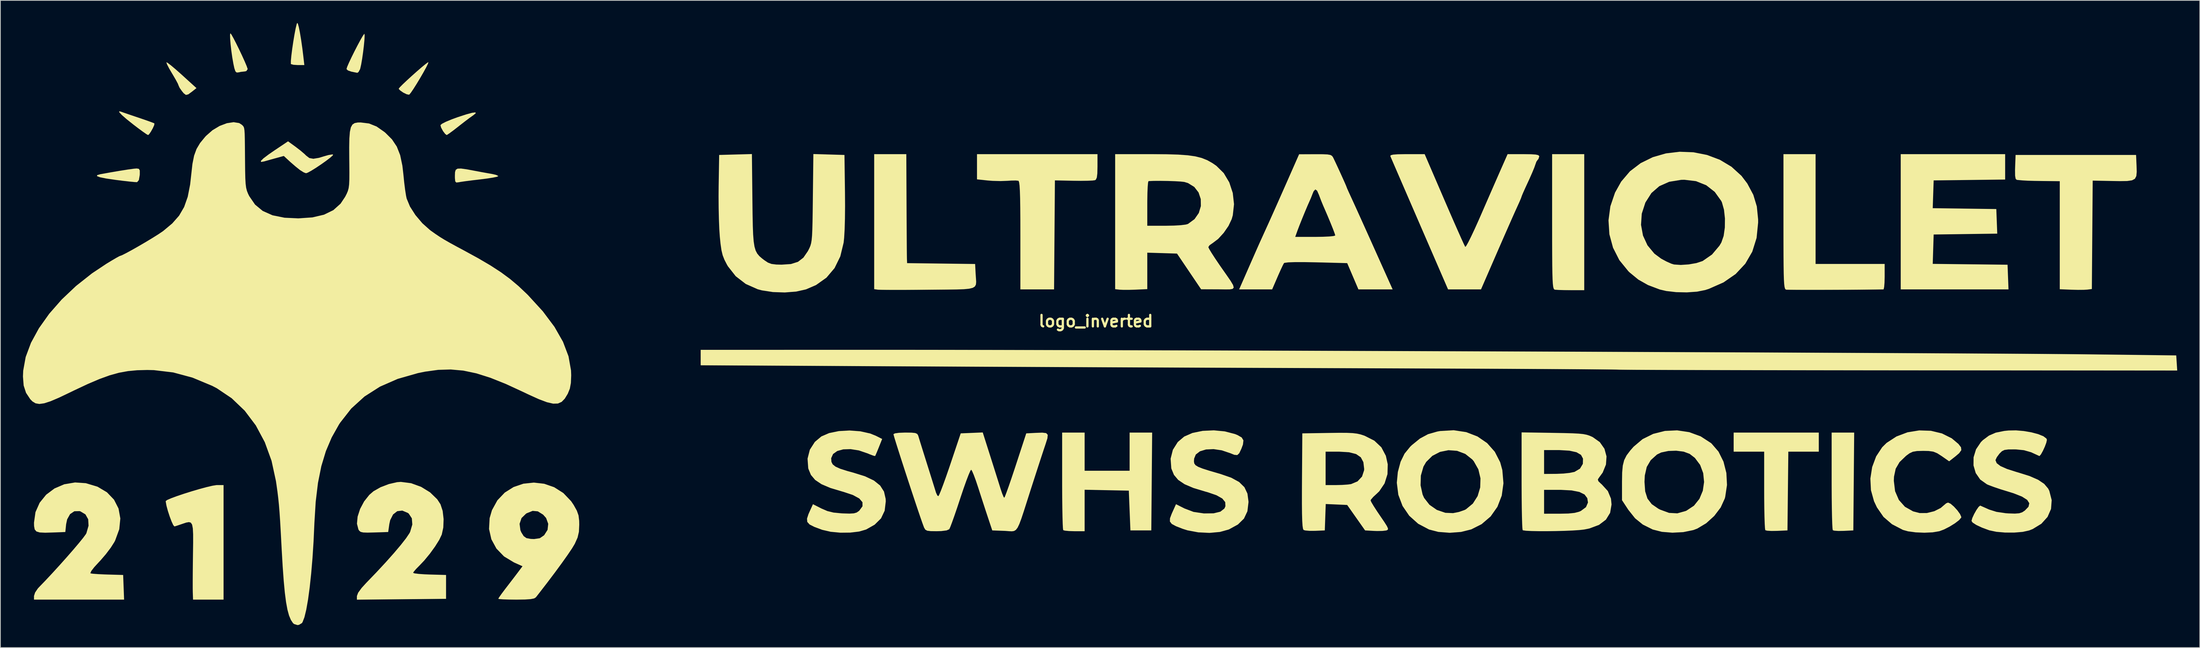
<source format=kicad_pcb>
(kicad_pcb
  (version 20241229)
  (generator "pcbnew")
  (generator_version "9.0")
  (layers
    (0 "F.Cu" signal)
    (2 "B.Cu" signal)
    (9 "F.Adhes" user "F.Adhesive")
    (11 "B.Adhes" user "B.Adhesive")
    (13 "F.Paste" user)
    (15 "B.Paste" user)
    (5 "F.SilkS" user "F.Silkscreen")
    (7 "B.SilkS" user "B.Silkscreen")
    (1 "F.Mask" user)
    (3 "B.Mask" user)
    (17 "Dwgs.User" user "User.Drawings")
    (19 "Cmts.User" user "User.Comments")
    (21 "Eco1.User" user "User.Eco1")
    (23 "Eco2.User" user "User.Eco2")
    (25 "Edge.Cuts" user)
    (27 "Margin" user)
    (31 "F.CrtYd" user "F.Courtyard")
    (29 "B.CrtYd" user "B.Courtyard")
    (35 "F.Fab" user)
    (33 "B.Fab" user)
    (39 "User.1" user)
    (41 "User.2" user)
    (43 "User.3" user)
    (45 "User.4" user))
  (footprint "logo_inverted"
    (layer "F.Cu")
    (at 142.554 39.684)
    (property "Reference" "logo_inverted" (at 0 0 0) (layer "F.SilkS") (effects (font (size 1.524 1.524) (thickness 0.3))))
    (attr board_only exclude_from_pos_files exclude_from_bom)
    (fp_poly (pts (xy 100.639 27.834) (xy 99.35 27.896) (xy 98.642 27.906) (xy 98.114 27.868) (xy 97.909 27.808) (xy 97.872 27.566) (xy 97.837 26.954) (xy 97.807 26.025) (xy 97.784 24.832) (xy 97.767 23.428) (xy 97.759 21.866) (xy 97.758 21.237) (xy 97.758 14.817) (xy 100.752 14.817)) (stroke (width 0) (type solid)) (fill yes) (layer "F.SilkS"))
    (fp_poly (pts (xy 120.81 -18.846) (xy 116.061 -18.789) (xy 111.312 -18.733) (xy 111.25 -16.885) (xy 111.189 -15.037) (xy 115.412 -14.98) (xy 119.636 -14.922) (xy 119.698 -13.287) (xy 119.761 -11.651) (xy 111.312 -11.536) (xy 111.189 -7.628) (xy 116.16 -7.571) (xy 121.13 -7.514) (xy 121.255 -4.233) (xy 106.936 -4.233) (xy 106.936 -22.225) (xy 120.81 -22.225)) (stroke (width 0) (type solid)) (fill yes) (layer "F.SilkS"))
    (fp_poly (pts (xy 96.05 17.357) (xy 92.002 17.357) (xy 91.945 22.595) (xy 91.888 27.834) (xy 90.492 27.896) (xy 89.754 27.906) (xy 89.194 27.872) (xy 88.944 27.808) (xy 88.902 27.563) (xy 88.865 26.954) (xy 88.834 26.041) (xy 88.81 24.885) (xy 88.796 23.543) (xy 88.793 22.507) (xy 88.793 17.357) (xy 84.738 17.357) (xy 84.738 14.817) (xy 96.05 14.817)) (stroke (width 0) (type solid)) (fill yes) (layer "F.SilkS"))
    (fp_poly (pts (xy -106.031 -39.593) (xy -105.905 -39.144) (xy -105.755 -38.399) (xy -105.593 -37.424) (xy -105.43 -36.279) (xy -105.309 -35.295) (xy -105.169 -34.078) (xy -106.053 -34.078) (xy -106.605 -34.113) (xy -106.928 -34.199) (xy -106.96 -34.237) (xy -106.957 -34.646) (xy -106.891 -35.347) (xy -106.779 -36.234) (xy -106.636 -37.198) (xy -106.48 -38.135) (xy -106.327 -38.936) (xy -106.193 -39.496) (xy -106.122 -39.684)) (stroke (width 0) (type solid)) (fill yes) (layer "F.SilkS"))
    (fp_poly (pts (xy 64.887 -13.176) (xy 64.886 -4.128) (xy 63.106 -4.128) (xy 62.237 -4.135) (xy 61.505 -4.156) (xy 61.038 -4.186) (xy 60.972 -4.196) (xy 60.886 -4.241) (xy 60.814 -4.366) (xy 60.757 -4.608) (xy 60.712 -5.003) (xy 60.678 -5.59) (xy 60.653 -6.404) (xy 60.636 -7.485) (xy 60.626 -8.868) (xy 60.62 -10.591) (xy 60.619 -12.692) (xy 60.618 -13.245) (xy 60.618 -22.225) (xy 64.887 -22.225)) (stroke (width 0) (type solid)) (fill yes) (layer "F.SilkS"))
    (fp_poly (pts (xy -127.154 -20.274) (xy -127.032 -20.06) (xy -127.031 -19.563) (xy -127.041 -19.422) (xy -127.155 -18.773) (xy -127.379 -18.508) (xy -127.427 -18.499) (xy -127.756 -18.516) (xy -128.412 -18.58) (xy -129.296 -18.681) (xy -130.255 -18.802) (xy -131.5 -18.984) (xy -132.32 -19.151) (xy -132.716 -19.302) (xy -132.689 -19.439) (xy -132.283 -19.554) (xy -130.886 -19.806) (xy -129.632 -20.019) (xy -128.591 -20.183) (xy -127.833 -20.287) (xy -127.45 -20.32)) (stroke (width 0) (type solid)) (fill yes) (layer "F.SilkS"))
    (fp_poly (pts (xy -129.535 -27.878) (xy -129.216 -27.764) (xy -128.595 -27.55) (xy -127.776 -27.272) (xy -127.213 -27.082) (xy -126.349 -26.787) (xy -125.648 -26.538) (xy -125.2 -26.368) (xy -125.088 -26.315) (xy -125.114 -26.095) (xy -125.297 -25.678) (xy -125.554 -25.217) (xy -125.801 -24.866) (xy -125.932 -24.765) (xy -126.151 -24.888) (xy -126.627 -25.219) (xy -127.287 -25.706) (xy -127.873 -26.154) (xy -128.78 -26.877) (xy -129.411 -27.428) (xy -129.747 -27.786) (xy -129.77 -27.932)) (stroke (width 0) (type solid)) (fill yes) (layer "F.SilkS"))
    (fp_poly (pts (xy -123.308 -34.355) (xy -122.874 -34.021) (xy -122.255 -33.5) (xy -121.514 -32.843) (xy -121.447 -32.782) (xy -119.501 -31.013) (xy -120.102 -30.536) (xy -120.589 -30.179) (xy -120.903 -30.105) (xy -121.194 -30.322) (xy -121.435 -30.614) (xy -121.738 -31.048) (xy -121.876 -31.346) (xy -121.877 -31.359) (xy -121.981 -31.618) (xy -122.257 -32.134) (xy -122.649 -32.805) (xy -122.736 -32.948) (xy -123.13 -33.622) (xy -123.4 -34.147) (xy -123.5 -34.43) (xy -123.494 -34.451)) (stroke (width 0) (type solid)) (fill yes) (layer "F.SilkS"))
    (fp_poly (pts (xy -82.395 -27.667) (xy -82.731 -27.388) (xy -82.811 -27.335) (xy -83.226 -27.039) (xy -83.852 -26.566) (xy -84.569 -26.008) (xy -84.732 -25.879) (xy -85.385 -25.371) (xy -85.91 -24.985) (xy -86.22 -24.783) (xy -86.261 -24.768) (xy -86.462 -24.923) (xy -86.741 -25.287) (xy -86.993 -25.754) (xy -87.085 -26.08) (xy -86.893 -26.26) (xy -86.365 -26.531) (xy -85.573 -26.86) (xy -84.803 -27.141) (xy -83.655 -27.517) (xy -82.865 -27.731) (xy -82.443 -27.782)) (stroke (width 0) (type solid)) (fill yes) (layer "F.SilkS"))
    (fp_poly (pts (xy -114.853 -38.133) (xy -114.585 -37.656) (xy -114.232 -36.972) (xy -113.837 -36.169) (xy -113.444 -35.339) (xy -113.096 -34.571) (xy -112.835 -33.955) (xy -112.706 -33.581) (xy -112.699 -33.533) (xy -112.874 -33.277) (xy -113.073 -33.229) (xy -113.595 -33.171) (xy -113.895 -33.106) (xy -114.153 -33.083) (xy -114.327 -33.239) (xy -114.468 -33.66) (xy -114.595 -34.247) (xy -114.742 -35.09) (xy -114.87 -35.994) (xy -114.968 -36.865) (xy -115.028 -37.605) (xy -115.039 -38.119) (xy -114.993 -38.312)) (stroke (width 0) (type solid)) (fill yes) (layer "F.SilkS"))
    (fp_poly (pts (xy -1.494 19.897) (xy 4.482 19.897) (xy 4.482 14.817) (xy 7.477 14.817) (xy 7.364 27.834) (xy 4.589 27.834) (xy 4.482 25.188) (xy 4.376 22.543) (xy -1.494 22.425) (xy -1.494 27.94) (xy -2.846 27.94) (xy -3.571 27.919) (xy -4.114 27.865) (xy -4.34 27.799) (xy -4.376 27.56) (xy -4.408 26.95) (xy -4.436 26.023) (xy -4.458 24.831) (xy -4.474 23.428) (xy -4.482 21.867) (xy -4.482 21.237) (xy -4.482 14.817) (xy -1.494 14.817)) (stroke (width 0) (type solid)) (fill yes) (layer "F.SilkS"))
    (fp_poly (pts (xy -97.155 -37.983) (xy -97.184 -37.419) (xy -97.258 -36.649) (xy -97.363 -35.779) (xy -97.486 -34.915) (xy -97.615 -34.163) (xy -97.735 -33.628) (xy -97.773 -33.51) (xy -97.974 -33.147) (xy -98.126 -33.045) (xy -98.436 -33.104) (xy -98.932 -33.206) (xy -99.378 -33.361) (xy -99.567 -33.547) (xy -99.567 -33.551) (xy -99.476 -33.844) (xy -99.24 -34.392) (xy -98.902 -35.109) (xy -98.506 -35.909) (xy -98.096 -36.706) (xy -97.715 -37.415) (xy -97.408 -37.948) (xy -97.218 -38.22) (xy -97.184 -38.236)) (stroke (width 0) (type solid)) (fill yes) (layer "F.SilkS"))
    (fp_poly (pts (xy -88.742 -34.253) (xy -88.979 -33.772) (xy -89.341 -33.11) (xy -89.777 -32.354) (xy -90.236 -31.592) (xy -90.665 -30.912) (xy -91.013 -30.4) (xy -91.227 -30.145) (xy -91.249 -30.133) (xy -91.563 -30.19) (xy -92.029 -30.417) (xy -92.048 -30.429) (xy -92.452 -30.714) (xy -92.634 -30.915) (xy -92.635 -30.923) (xy -92.489 -31.116) (xy -92.099 -31.511) (xy -91.538 -32.042) (xy -90.881 -32.644) (xy -90.199 -33.251) (xy -89.568 -33.797) (xy -89.058 -34.216) (xy -88.745 -34.444) (xy -88.684 -34.464)) (stroke (width 0) (type solid)) (fill yes) (layer "F.SilkS"))
    (fp_poly (pts (xy -83.613 -20.211) (xy -82.573 -20.017) (xy -81.671 -19.846) (xy -80.819 -19.691) (xy -80.202 -19.584) (xy -79.689 -19.464) (xy -79.415 -19.328) (xy -79.402 -19.297) (xy -79.6 -19.211) (xy -80.139 -19.1) (xy -80.933 -18.976) (xy -81.803 -18.867) (xy -82.817 -18.747) (xy -83.713 -18.632) (xy -84.381 -18.536) (xy -84.684 -18.482) (xy -84.977 -18.45) (xy -85.118 -18.6) (xy -85.162 -19.031) (xy -85.165 -19.345) (xy -85.148 -19.829) (xy -85.053 -20.14) (xy -84.812 -20.296) (xy -84.354 -20.313)) (stroke (width 0) (type solid)) (fill yes) (layer "F.SilkS"))
    (fp_poly (pts (xy 138.269 -20.671) (xy 138.293 -19.875) (xy 138.241 -19.315) (xy 138.053 -18.95) (xy 137.666 -18.742) (xy 137.02 -18.65) (xy 136.052 -18.636) (xy 135.126 -18.651) (xy 132.443 -18.703) (xy 132.331 -4.281) (xy 131.746 -4.204) (xy 131.239 -4.174) (xy 130.472 -4.169) (xy 129.615 -4.19) (xy 128.067 -4.252) (xy 128.067 -18.627) (xy 125.879 -18.65) (xy 124.687 -18.668) (xy 123.805 -18.693) (xy 123.117 -18.731) (xy 122.507 -18.788) (xy 122.349 -18.806) (xy 122.204 -18.945) (xy 122.132 -19.361) (xy 122.124 -20.115) (xy 122.135 -20.479) (xy 122.197 -22.119) (xy 138.206 -22.119)) (stroke (width 0) (type solid)) (fill yes) (layer "F.SilkS"))
    (fp_poly (pts (xy 0.213 -20.554) (xy 0.194 -19.663) (xy 0.127 -19.116) (xy -0.002 -18.834) (xy -0.111 -18.76) (xy -0.445 -18.715) (xy -1.107 -18.686) (xy -1.999 -18.675) (xy -2.94 -18.684) (xy -5.443 -18.733) (xy -5.499 -11.483) (xy -5.555 -4.233) (xy -10.032 -4.233) (xy -10.032 -11.412) (xy -10.035 -13.445) (xy -10.047 -15.089) (xy -10.067 -16.377) (xy -10.098 -17.344) (xy -10.14 -18.024) (xy -10.195 -18.449) (xy -10.264 -18.655) (xy -10.299 -18.685) (xy -10.648 -18.719) (xy -11.264 -18.709) (xy -11.769 -18.675) (xy -12.667 -18.644) (xy -13.711 -18.67) (xy -14.383 -18.722) (xy -15.795 -18.872) (xy -15.795 -22.225) (xy 0.213 -22.225)) (stroke (width 0) (type solid)) (fill yes) (layer "F.SilkS"))
    (fp_poly (pts (xy 95.624 -7.62) (xy 104.802 -7.62) (xy 104.802 -5.927) (xy 104.783 -5.14) (xy 104.734 -4.547) (xy 104.664 -4.247) (xy 104.642 -4.23) (xy 103.773 -4.216) (xy 102.654 -4.204) (xy 101.349 -4.193) (xy 99.92 -4.184) (xy 98.433 -4.177) (xy 96.95 -4.173) (xy 95.536 -4.17) (xy 94.253 -4.171) (xy 93.167 -4.174) (xy 92.339 -4.18) (xy 91.835 -4.189) (xy 91.713 -4.196) (xy 91.625 -4.24) (xy 91.553 -4.36) (xy 91.495 -4.593) (xy 91.45 -4.977) (xy 91.415 -5.549) (xy 91.39 -6.346) (xy 91.373 -7.406) (xy 91.362 -8.766) (xy 91.357 -10.464) (xy 91.355 -12.536) (xy 91.355 -13.245) (xy 91.355 -22.225) (xy 95.624 -22.225)) (stroke (width 0) (type solid)) (fill yes) (layer "F.SilkS"))
    (fp_poly (pts (xy -25.156 -15.505) (xy -25.148 -13.836) (xy -25.139 -12.285) (xy -25.13 -10.907) (xy -25.122 -9.758) (xy -25.113 -8.894) (xy -25.106 -8.37) (xy -25.103 -8.255) (xy -25.08 -7.726) (xy -20.562 -7.669) (xy -16.044 -7.612) (xy -15.973 -6.264) (xy -15.932 -5.688) (xy -15.905 -5.233) (xy -15.936 -4.883) (xy -16.068 -4.626) (xy -16.347 -4.445) (xy -16.815 -4.327) (xy -17.516 -4.257) (xy -18.495 -4.222) (xy -19.794 -4.205) (xy -21.458 -4.193) (xy -22.266 -4.187) (xy -23.876 -4.174) (xy -25.365 -4.166) (xy -26.674 -4.165) (xy -27.745 -4.168) (xy -28.518 -4.177) (xy -28.936 -4.191) (xy -28.975 -4.195) (xy -29.455 -4.263) (xy -29.455 -22.225) (xy -25.187 -22.225)) (stroke (width 0) (type solid)) (fill yes) (layer "F.SilkS"))
    (fp_poly (pts (xy -106.33 -23.202) (xy -105.698 -22.717) (xy -105.156 -22.256) (xy -104.925 -22.031) (xy -104.502 -21.708) (xy -103.967 -21.612) (xy -103.221 -21.736) (xy -102.602 -21.926) (xy -101.969 -22.107) (xy -101.483 -22.186) (xy -101.344 -22.176) (xy -101.408 -22.039) (xy -101.751 -21.737) (xy -102.288 -21.327) (xy -102.937 -20.867) (xy -103.612 -20.415) (xy -104.231 -20.029) (xy -104.71 -19.767) (xy -104.948 -19.685) (xy -105.255 -19.803) (xy -105.715 -20.091) (xy -105.787 -20.143) (xy -106.339 -20.585) (xy -106.969 -21.129) (xy -107.15 -21.293) (xy -107.897 -21.985) (xy -108.964 -21.691) (xy -109.683 -21.492) (xy -110.301 -21.318) (xy -110.511 -21.258) (xy -110.912 -21.189) (xy -110.945 -21.323) (xy -110.614 -21.655) (xy -109.923 -22.18) (xy -109.158 -22.708) (xy -107.332 -23.932)) (stroke (width 0) (type solid)) (fill yes) (layer "F.SilkS"))
    (fp_poly (pts (xy -115.901 37.042) (xy -119.956 37.042) (xy -119.99 36.036) (xy -119.998 35.504) (xy -119.998 34.637) (xy -119.992 33.522) (xy -119.98 32.246) (xy -119.964 30.96) (xy -119.943 29.468) (xy -119.945 28.354) (xy -119.984 27.569) (xy -120.08 27.067) (xy -120.248 26.802) (xy -120.507 26.727) (xy -120.874 26.794) (xy -121.365 26.958) (xy -121.433 26.982) (xy -121.998 27.174) (xy -122.365 27.29) (xy -122.43 27.305) (xy -122.589 27.119) (xy -122.812 26.636) (xy -123.062 25.972) (xy -123.3 25.24) (xy -123.485 24.554) (xy -123.58 24.029) (xy -123.585 23.93) (xy -123.392 23.784) (xy -122.869 23.556) (xy -122.098 23.271) (xy -121.16 22.954) (xy -120.138 22.632) (xy -119.115 22.331) (xy -118.172 22.076) (xy -117.392 21.892) (xy -116.857 21.805) (xy -116.776 21.802) (xy -115.901 21.802)) (stroke (width 0) (type solid)) (fill yes) (layer "F.SilkS"))
    (fp_poly (pts (xy 49.206 14.758) (xy 50.702 15.337) (xy 51.983 16.217) (xy 53.003 17.37) (xy 53.72 18.769) (xy 54.004 19.804) (xy 54.152 21.562) (xy 53.926 23.206) (xy 53.352 24.692) (xy 52.452 25.972) (xy 51.25 27.002) (xy 49.874 27.697) (xy 48.513 28.038) (xy 46.997 28.15) (xy 45.501 28.033) (xy 44.274 27.716) (xy 42.821 26.948) (xy 41.635 25.884) (xy 40.745 24.581) (xy 40.185 23.097) (xy 40.026 21.833) (xy 43.141 21.833) (xy 43.409 23.057) (xy 43.612 23.512) (xy 44.324 24.425) (xy 45.303 25.106) (xy 46.43 25.491) (xy 47.459 25.533) (xy 48.242 25.377) (xy 48.967 25.126) (xy 49.166 25.026) (xy 50.085 24.265) (xy 50.722 23.265) (xy 51.063 22.114) (xy 51.099 20.9) (xy 50.818 19.71) (xy 50.208 18.631) (xy 50.01 18.395) (xy 49.074 17.653) (xy 47.99 17.246) (xy 46.843 17.162) (xy 45.719 17.389) (xy 44.705 17.914) (xy 43.886 18.725) (xy 43.524 19.343) (xy 43.178 20.54) (xy 43.141 21.833) (xy 40.026 21.833) (xy 39.984 21.49) (xy 40.12 20.061) (xy 40.484 18.701) (xy 41.009 17.624) (xy 41.762 16.697) (xy 41.977 16.49) (xy 43.062 15.607) (xy 44.135 15.03) (xy 45.361 14.679) (xy 45.744 14.611) (xy 47.539 14.506)) (stroke (width 0) (type solid)) (fill yes) (layer "F.SilkS"))
    (fp_poly (pts (xy -134.203 21.55) (xy -132.649 22.017) (xy -131.393 22.763) (xy -130.454 23.745) (xy -129.855 24.92) (xy -129.616 26.245) (xy -129.757 27.675) (xy -130.301 29.169) (xy -130.415 29.39) (xy -130.883 30.127) (xy -131.539 30.995) (xy -132.261 31.835) (xy -132.451 32.036) (xy -133.079 32.721) (xy -133.471 33.228) (xy -133.594 33.512) (xy -133.563 33.553) (xy -133.243 33.6) (xy -132.606 33.647) (xy -131.762 33.688) (xy -131.269 33.704) (xy -129.241 33.761) (xy -129.179 35.401) (xy -129.116 37.042) (xy -141.087 37.042) (xy -141.087 36.553) (xy -140.943 36.101) (xy -140.583 35.565) (xy -140.433 35.4) (xy -139.576 34.512) (xy -138.644 33.514) (xy -137.685 32.463) (xy -136.75 31.415) (xy -135.885 30.423) (xy -135.142 29.546) (xy -134.567 28.837) (xy -134.211 28.354) (xy -134.128 28.211) (xy -133.839 27.209) (xy -133.886 26.353) (xy -134.254 25.699) (xy -134.925 25.298) (xy -135.038 25.267) (xy -135.727 25.284) (xy -136.293 25.666) (xy -136.681 26.36) (xy -136.818 27.009) (xy -136.925 28.046) (xy -138.524 28.109) (xy -139.604 28.14) (xy -140.328 28.106) (xy -140.768 27.972) (xy -140.994 27.701) (xy -141.077 27.257) (xy -141.087 26.799) (xy -140.89 25.4) (xy -140.334 24.149) (xy -139.475 23.086) (xy -138.368 22.254) (xy -137.068 21.696) (xy -135.632 21.453)) (stroke (width 0) (type solid)) (fill yes) (layer "F.SilkS"))
    (fp_poly (pts (xy -90.985 21.553) (xy -89.655 22.037) (xy -88.462 22.771) (xy -87.511 23.694) (xy -87.078 24.356) (xy -86.79 25.235) (xy -86.664 26.329) (xy -86.706 27.457) (xy -86.907 28.385) (xy -87.241 29.087) (xy -87.795 29.972) (xy -88.485 30.926) (xy -89.23 31.832) (xy -89.845 32.481) (xy -90.319 32.963) (xy -90.635 33.335) (xy -90.714 33.479) (xy -90.516 33.551) (xy -89.98 33.619) (xy -89.195 33.674) (xy -88.526 33.701) (xy -86.339 33.761) (xy -86.339 36.936) (xy -92.262 36.992) (xy -98.185 37.048) (xy -98.185 36.564) (xy -98.021 36.126) (xy -97.555 35.485) (xy -96.944 34.815) (xy -95.599 33.417) (xy -94.359 32.081) (xy -93.263 30.849) (xy -92.348 29.765) (xy -91.65 28.872) (xy -91.207 28.212) (xy -91.11 28.026) (xy -90.822 27.047) (xy -90.885 26.224) (xy -91.292 25.605) (xy -91.419 25.506) (xy -92.151 25.196) (xy -92.822 25.275) (xy -93.377 25.71) (xy -93.761 26.469) (xy -93.875 26.988) (xy -94.027 28.046) (xy -95.881 28.107) (xy -96.781 28.128) (xy -97.351 28.108) (xy -97.686 28.029) (xy -97.88 27.871) (xy -97.985 27.703) (xy -98.177 26.939) (xy -98.089 25.996) (xy -97.759 24.976) (xy -97.228 23.978) (xy -96.535 23.103) (xy -95.982 22.623) (xy -95.043 22.09) (xy -93.933 21.665) (xy -92.846 21.416) (xy -92.344 21.378)) (stroke (width 0) (type solid)) (fill yes) (layer "F.SilkS"))
    (fp_poly (pts (xy 110.943 14.579) (xy 112.41 14.931) (xy 113.717 15.583) (xy 114.606 16.332) (xy 114.948 16.779) (xy 114.988 17.154) (xy 114.702 17.558) (xy 114.208 17.98) (xy 113.369 18.639) (xy 112.376 17.945) (xy 111.779 17.563) (xy 111.261 17.353) (xy 110.644 17.267) (xy 109.925 17.252) (xy 109.104 17.273) (xy 108.548 17.366) (xy 108.098 17.578) (xy 107.649 17.909) (xy 106.781 18.744) (xy 106.267 19.626) (xy 106.043 20.687) (xy 106.02 21.232) (xy 106.187 22.617) (xy 106.69 23.783) (xy 107.498 24.69) (xy 108.579 25.3) (xy 109.447 25.524) (xy 110.403 25.522) (xy 111.396 25.278) (xy 112.25 24.847) (xy 112.599 24.546) (xy 112.97 24.232) (xy 113.223 24.13) (xy 113.56 24.282) (xy 114.005 24.664) (xy 114.457 25.159) (xy 114.816 25.656) (xy 114.982 26.038) (xy 114.975 26.126) (xy 114.696 26.461) (xy 114.144 26.885) (xy 113.438 27.324) (xy 112.698 27.703) (xy 112.066 27.941) (xy 111.174 28.091) (xy 110.075 28.14) (xy 108.931 28.093) (xy 107.905 27.956) (xy 107.235 27.769) (xy 105.776 27.01) (xy 104.646 26.036) (xy 103.775 24.774) (xy 103.388 23.953) (xy 102.979 22.482) (xy 102.903 20.935) (xy 103.14 19.406) (xy 103.669 17.986) (xy 104.472 16.769) (xy 105.055 16.191) (xy 106.372 15.333) (xy 107.844 14.779) (xy 109.394 14.528)) (stroke (width 0) (type solid)) (fill yes) (layer "F.SilkS"))
    (fp_poly (pts (xy 78.835 14.762) (xy 80.355 15.32) (xy 81.71 16.201) (xy 81.808 16.284) (xy 82.727 17.352) (xy 83.388 18.683) (xy 83.771 20.191) (xy 83.854 21.785) (xy 83.616 23.378) (xy 83.555 23.599) (xy 83.017 24.78) (xy 82.161 25.908) (xy 81.093 26.878) (xy 79.916 27.584) (xy 79.383 27.787) (xy 78.051 28.06) (xy 76.601 28.138) (xy 75.197 28.023) (xy 74.003 27.718) (xy 73.959 27.7) (xy 72.668 27.055) (xy 71.641 26.223) (xy 70.741 25.09) (xy 70.685 25.005) (xy 69.903 23.812) (xy 69.903 21.378) (xy 72.892 21.378) (xy 72.983 22.643) (xy 73.289 23.603) (xy 73.858 24.343) (xy 74.737 24.948) (xy 74.969 25.068) (xy 76.151 25.502) (xy 77.245 25.563) (xy 78.358 25.254) (xy 78.466 25.207) (xy 79.464 24.545) (xy 80.19 23.635) (xy 80.64 22.556) (xy 80.809 21.391) (xy 80.693 20.22) (xy 80.287 19.125) (xy 79.586 18.187) (xy 78.892 17.651) (xy 78.101 17.356) (xy 77.101 17.229) (xy 76.052 17.266) (xy 75.113 17.465) (xy 74.561 17.731) (xy 73.721 18.488) (xy 73.191 19.392) (xy 72.933 20.526) (xy 72.892 21.378) (xy 69.903 21.378) (xy 69.923 20.139) (xy 70.007 19.211) (xy 70.191 18.485) (xy 70.512 17.849) (xy 71.007 17.194) (xy 71.449 16.693) (xy 72.64 15.687) (xy 74.052 14.988) (xy 75.606 14.598) (xy 77.226 14.522)) (stroke (width 0) (type solid)) (fill yes) (layer "F.SilkS"))
    (fp_poly (pts (xy -35.47 -22.18) (xy -33.404 -22.119) (xy -33.336 -17.145) (xy -33.324 -15.317) (xy -33.34 -13.652) (xy -33.381 -12.219) (xy -33.447 -11.087) (xy -33.513 -10.457) (xy -33.957 -8.622) (xy -34.719 -7.066) (xy -35.795 -5.794) (xy -37.181 -4.811) (xy -38.515 -4.235) (xy -39.812 -3.943) (xy -41.333 -3.824) (xy -42.912 -3.877) (xy -44.382 -4.103) (xy -44.93 -4.25) (xy -46.519 -4.955) (xy -47.853 -5.985) (xy -48.894 -7.311) (xy -49.028 -7.543) (xy -49.357 -8.183) (xy -49.587 -8.775) (xy -49.747 -9.441) (xy -49.871 -10.305) (xy -49.966 -11.25) (xy -50.035 -12.26) (xy -50.087 -13.572) (xy -50.12 -15.062) (xy -50.131 -16.611) (xy -50.121 -17.889) (xy -50.053 -22.119) (xy -47.877 -22.179) (xy -45.701 -22.24) (xy -45.636 -16.147) (xy -45.614 -14.256) (xy -45.584 -12.739) (xy -45.539 -11.544) (xy -45.467 -10.623) (xy -45.358 -9.924) (xy -45.204 -9.399) (xy -44.993 -8.996) (xy -44.717 -8.665) (xy -44.364 -8.357) (xy -44.051 -8.116) (xy -43.573 -7.797) (xy -43.099 -7.619) (xy -42.475 -7.54) (xy -41.756 -7.523) (xy -40.516 -7.605) (xy -39.58 -7.901) (xy -38.861 -8.456) (xy -38.269 -9.319) (xy -38.216 -9.419) (xy -38.056 -9.736) (xy -37.931 -10.037) (xy -37.835 -10.377) (xy -37.763 -10.809) (xy -37.711 -11.39) (xy -37.675 -12.173) (xy -37.648 -13.213) (xy -37.626 -14.565) (xy -37.605 -16.284) (xy -37.605 -16.352) (xy -37.536 -22.24)) (stroke (width 0) (type solid)) (fill yes) (layer "F.SilkS"))
    (fp_poly (pts (xy 46.304 -16.14) (xy 46.954 -14.634) (xy 47.556 -13.254) (xy 48.088 -12.047) (xy 48.527 -11.061) (xy 48.853 -10.345) (xy 49.045 -9.948) (xy 49.082 -9.885) (xy 49.208 -10.021) (xy 49.473 -10.494) (xy 49.851 -11.252) (xy 50.317 -12.242) (xy 50.844 -13.411) (xy 51.108 -14.013) (xy 51.718 -15.417) (xy 52.333 -16.827) (xy 52.91 -18.149) (xy 53.409 -19.288) (xy 53.787 -20.15) (xy 53.839 -20.267) (xy 54.703 -22.225) (xy 56.807 -22.225) (xy 57.802 -22.213) (xy 58.438 -22.172) (xy 58.784 -22.09) (xy 58.907 -21.959) (xy 58.911 -21.92) (xy 58.796 -21.57) (xy 58.721 -21.499) (xy 58.528 -21.222) (xy 58.399 -20.86) (xy 58.252 -20.44) (xy 57.97 -19.756) (xy 57.603 -18.925) (xy 57.415 -18.517) (xy 57.047 -17.719) (xy 56.758 -17.073) (xy 56.59 -16.67) (xy 56.563 -16.585) (xy 56.48 -16.35) (xy 56.263 -15.841) (xy 55.959 -15.17) (xy 55.958 -15.168) (xy 55.701 -14.602) (xy 55.308 -13.72) (xy 54.812 -12.594) (xy 54.243 -11.299) (xy 53.635 -9.906) (xy 53.262 -9.049) (xy 51.171 -4.233) (xy 46.792 -4.233) (xy 43.011 -12.965) (xy 42.227 -14.777) (xy 41.493 -16.474) (xy 40.826 -18.015) (xy 40.245 -19.359) (xy 39.766 -20.467) (xy 39.408 -21.297) (xy 39.188 -21.809) (xy 39.123 -21.96) (xy 39.176 -22.082) (xy 39.488 -22.162) (xy 40.11 -22.208) (xy 41.096 -22.225) (xy 41.35 -22.225) (xy 43.685 -22.225)) (stroke (width 0) (type solid)) (fill yes) (layer "F.SilkS"))
    (fp_poly (pts (xy 33.357 14.853) (xy 34.114 14.887) (xy 34.697 14.957) (xy 35.189 15.069) (xy 35.673 15.229) (xy 35.709 15.242) (xy 36.998 15.895) (xy 37.932 16.777) (xy 38.529 17.909) (xy 38.778 19.034) (xy 38.745 20.348) (xy 38.358 21.581) (xy 37.657 22.623) (xy 37.337 22.931) (xy 36.86 23.372) (xy 36.557 23.723) (xy 36.499 23.846) (xy 36.613 24.096) (xy 36.921 24.611) (xy 37.371 25.308) (xy 37.764 25.889) (xy 38.322 26.708) (xy 38.661 27.245) (xy 38.81 27.566) (xy 38.793 27.737) (xy 38.638 27.824) (xy 38.553 27.846) (xy 38.07 27.903) (xy 37.36 27.915) (xy 36.922 27.9) (xy 35.768 27.834) (xy 34.578 26.141) (xy 33.388 24.448) (xy 30.54 24.323) (xy 30.478 26.078) (xy 30.416 27.834) (xy 29.135 27.889) (xy 28.406 27.892) (xy 27.836 27.843) (xy 27.597 27.776) (xy 27.519 27.614) (xy 27.459 27.218) (xy 27.416 26.555) (xy 27.388 25.592) (xy 27.375 24.296) (xy 27.376 22.633) (xy 27.38 21.802) (xy 30.523 21.802) (xy 31.883 21.802) (xy 32.724 21.781) (xy 33.492 21.726) (xy 33.908 21.67) (xy 34.762 21.311) (xy 35.363 20.669) (xy 35.637 19.832) (xy 35.645 19.642) (xy 35.54 18.752) (xy 35.198 18.106) (xy 34.577 17.676) (xy 33.635 17.436) (xy 32.332 17.357) (xy 32.241 17.357) (xy 30.523 17.357) (xy 30.523 21.802) (xy 27.38 21.802) (xy 27.383 21.265) (xy 27.428 14.922) (xy 30.981 14.865) (xy 32.34 14.848)) (stroke (width 0) (type solid)) (fill yes) (layer "F.SilkS"))
    (fp_poly (pts (xy -73.3 21.627) (xy -71.97 22.089) (xy -70.756 22.861) (xy -69.72 23.947) (xy -69.381 24.45) (xy -68.961 25.206) (xy -68.738 25.836) (xy -68.652 26.553) (xy -68.642 27.066) (xy -68.686 28.017) (xy -68.863 28.784) (xy -69.227 29.6) (xy -69.244 29.633) (xy -69.597 30.222) (xy -70.178 31.085) (xy -70.947 32.17) (xy -71.866 33.423) (xy -72.894 34.787) (xy -73.993 36.211) (xy -74.409 36.741) (xy -74.636 36.883) (xy -75.094 36.975) (xy -75.846 37.026) (xy -76.957 37.042) (xy -77.024 37.042) (xy -77.974 37.032) (xy -78.743 37.007) (xy -79.247 36.969) (xy -79.402 36.93) (xy -79.281 36.721) (xy -78.961 36.266) (xy -78.505 35.656) (xy -78.386 35.501) (xy -77.799 34.737) (xy -77.224 33.985) (xy -76.785 33.405) (xy -76.775 33.392) (xy -76.181 32.6) (xy -77.311 32.095) (xy -78.638 31.294) (xy -79.648 30.249) (xy -80.319 29.014) (xy -80.627 27.646) (xy -80.59 26.959) (xy -76.57 26.959) (xy -76.46 27.809) (xy -76.33 28.107) (xy -76.021 28.598) (xy -75.656 28.858) (xy -75.091 28.963) (xy -74.643 28.982) (xy -73.884 28.872) (xy -73.309 28.479) (xy -72.852 27.759) (xy -72.765 26.956) (xy -73.044 26.185) (xy -73.442 25.736) (xy -74.149 25.296) (xy -74.835 25.235) (xy -75.612 25.546) (xy -75.708 25.602) (xy -76.311 26.19) (xy -76.57 26.959) (xy -80.59 26.959) (xy -80.549 26.199) (xy -80.241 25.143) (xy -79.518 23.828) (xy -78.538 22.8) (xy -77.365 22.062) (xy -76.059 21.617) (xy -74.683 21.471)) (stroke (width 0) (type solid)) (fill yes) (layer "F.SilkS"))
    (fp_poly (pts (xy 17.128 14.659) (xy 18.479 15.012) (xy 18.828 15.154) (xy 19.377 15.472) (xy 19.605 15.855) (xy 19.542 16.406) (xy 19.336 16.96) (xy 19.056 17.557) (xy 18.788 17.811) (xy 18.395 17.778) (xy 17.843 17.555) (xy 16.715 17.177) (xy 15.621 17.017) (xy 14.635 17.064) (xy 13.829 17.307) (xy 13.277 17.736) (xy 13.058 18.269) (xy 13.028 18.636) (xy 13.072 18.922) (xy 13.243 19.158) (xy 13.597 19.377) (xy 14.189 19.611) (xy 15.072 19.892) (xy 16.301 20.252) (xy 16.551 20.324) (xy 17.984 20.821) (xy 19.032 21.394) (xy 19.736 22.085) (xy 20.137 22.934) (xy 20.276 23.982) (xy 20.277 24.088) (xy 20.133 25.29) (xy 19.677 26.26) (xy 18.875 27.045) (xy 17.69 27.695) (xy 17.645 27.714) (xy 16.482 28.038) (xy 15.087 28.163) (xy 13.604 28.092) (xy 12.178 27.826) (xy 11.55 27.627) (xy 10.637 27.272) (xy 10.081 26.97) (xy 9.834 26.647) (xy 9.845 26.226) (xy 10.067 25.631) (xy 10.145 25.455) (xy 10.646 24.346) (xy 11.78 24.917) (xy 12.976 25.371) (xy 14.333 25.572) (xy 14.358 25.574) (xy 15.635 25.56) (xy 16.541 25.341) (xy 17.078 24.919) (xy 17.213 24.612) (xy 17.185 24.071) (xy 16.795 23.59) (xy 16.023 23.155) (xy 14.849 22.751) (xy 14.517 22.66) (xy 12.962 22.19) (xy 11.785 21.687) (xy 10.939 21.117) (xy 10.374 20.447) (xy 10.043 19.643) (xy 10.019 19.547) (xy 9.93 18.293) (xy 10.229 17.108) (xy 10.88 16.075) (xy 11.737 15.347) (xy 12.833 14.867) (xy 14.18 14.59) (xy 15.653 14.519)) (stroke (width 0) (type solid)) (fill yes) (layer "F.SilkS"))
    (fp_poly (pts (xy 79.404 -22.474) (xy 81.204 -22.117) (xy 82.905 -21.476) (xy 84.449 -20.549) (xy 85.777 -19.34) (xy 86.55 -18.321) (xy 87.35 -16.818) (xy 87.817 -15.27) (xy 87.989 -13.544) (xy 87.991 -13.124) (xy 87.785 -11.079) (xy 87.213 -9.25) (xy 86.285 -7.647) (xy 85.008 -6.281) (xy 83.392 -5.163) (xy 81.444 -4.304) (xy 80.962 -4.148) (xy 79.861 -3.929) (xy 78.518 -3.835) (xy 77.102 -3.865) (xy 75.779 -4.017) (xy 74.919 -4.218) (xy 73.357 -4.809) (xy 72.071 -5.537) (xy 70.911 -6.491) (xy 70.743 -6.654) (xy 69.55 -8.123) (xy 68.71 -9.779) (xy 68.228 -11.563) (xy 68.147 -12.82) (xy 72.432 -12.82) (xy 72.691 -11.395) (xy 73.289 -10.095) (xy 74.206 -8.99) (xy 75.105 -8.321) (xy 75.812 -7.94) (xy 76.459 -7.653) (xy 76.811 -7.546) (xy 77.713 -7.486) (xy 78.768 -7.556) (xy 79.789 -7.734) (xy 80.589 -7.997) (xy 80.634 -8.019) (xy 81.863 -8.873) (xy 82.854 -10.05) (xy 83.105 -10.475) (xy 83.407 -11.342) (xy 83.566 -12.458) (xy 83.581 -13.672) (xy 83.453 -14.836) (xy 83.183 -15.799) (xy 83.088 -16.001) (xy 82.225 -17.204) (xy 81.098 -18.087) (xy 79.741 -18.631) (xy 78.187 -18.818) (xy 77.759 -18.806) (xy 76.176 -18.549) (xy 74.864 -17.967) (xy 73.815 -17.054) (xy 73.021 -15.805) (xy 73.004 -15.769) (xy 72.529 -14.301) (xy 72.432 -12.82) (xy 68.147 -12.82) (xy 68.109 -13.418) (xy 68.357 -15.285) (xy 68.976 -17.108) (xy 69.793 -18.571) (xy 70.961 -19.945) (xy 72.381 -21.028) (xy 73.993 -21.822) (xy 75.74 -22.327) (xy 77.563 -22.544)) (stroke (width 0) (type solid)) (fill yes) (layer "F.SilkS"))
    (fp_poly (pts (xy -31.298 14.647) (xy -29.985 14.941) (xy -29.237 15.243) (xy -28.396 15.668) (xy -28.837 16.777) (xy -29.087 17.391) (xy -29.27 17.817) (xy -29.334 17.941) (xy -29.543 17.897) (xy -30.012 17.722) (xy -30.33 17.588) (xy -31.49 17.194) (xy -32.588 17.019) (xy -33.565 17.049) (xy -34.361 17.269) (xy -34.916 17.667) (xy -35.17 18.228) (xy -35.135 18.716) (xy -34.963 19.053) (xy -34.592 19.348) (xy -33.961 19.632) (xy -33.007 19.936) (xy -32.254 20.141) (xy -30.677 20.633) (xy -29.49 21.198) (xy -28.66 21.867) (xy -28.151 22.668) (xy -27.931 23.633) (xy -27.916 23.971) (xy -28.063 25.214) (xy -28.547 26.234) (xy -29.391 27.069) (xy -30.523 27.711) (xy -31.454 27.984) (xy -32.647 28.126) (xy -33.955 28.137) (xy -35.233 28.017) (xy -36.336 27.763) (xy -36.418 27.735) (xy -37.409 27.365) (xy -38.037 27.045) (xy -38.346 26.704) (xy -38.382 26.271) (xy -38.191 25.676) (xy -38 25.244) (xy -37.59 24.347) (xy -36.458 24.922) (xy -35.673 25.26) (xy -34.864 25.459) (xy -33.848 25.559) (xy -33.618 25.571) (xy -32.734 25.596) (xy -32.162 25.564) (xy -31.785 25.455) (xy -31.488 25.25) (xy -31.43 25.197) (xy -31.008 24.623) (xy -31.011 24.085) (xy -31.438 23.584) (xy -32.289 23.121) (xy -33.564 22.696) (xy -33.724 22.653) (xy -35.278 22.186) (xy -36.453 21.686) (xy -37.298 21.119) (xy -37.862 20.452) (xy -38.194 19.65) (xy -38.219 19.547) (xy -38.309 18.286) (xy -38.005 17.097) (xy -37.342 16.061) (xy -36.477 15.332) (xy -35.445 14.885) (xy -34.154 14.62) (xy -32.729 14.54)) (stroke (width 0) (type solid)) (fill yes) (layer "F.SilkS"))
    (fp_poly (pts (xy 9.375 -22.212) (xy 10.939 -22.166) (xy 12.201 -22.075) (xy 13.224 -21.928) (xy 14.07 -21.713) (xy 14.801 -21.42) (xy 15.481 -21.037) (xy 16.008 -20.673) (xy 16.988 -19.706) (xy 17.724 -18.47) (xy 18.188 -17.06) (xy 18.354 -15.57) (xy 18.193 -14.098) (xy 18.048 -13.581) (xy 17.621 -12.677) (xy 16.983 -11.751) (xy 16.245 -10.944) (xy 15.52 -10.396) (xy 15.501 -10.385) (xy 15.1 -10.103) (xy 14.941 -9.858) (xy 15.056 -9.606) (xy 15.372 -9.08) (xy 15.843 -8.352) (xy 16.423 -7.493) (xy 16.556 -7.3) (xy 17.343 -6.177) (xy 17.902 -5.365) (xy 18.228 -4.814) (xy 18.317 -4.474) (xy 18.165 -4.297) (xy 17.767 -4.232) (xy 17.119 -4.23) (xy 16.283 -4.24) (xy 13.981 -4.247) (xy 12.38 -6.622) (xy 10.779 -8.996) (xy 6.83 -9.118) (xy 6.83 -4.267) (xy 5.283 -4.197) (xy 4.422 -4.171) (xy 3.654 -4.17) (xy 3.148 -4.194) (xy 2.561 -4.261) (xy 2.561 -12.7) (xy 6.83 -12.7) (xy 9.299 -12.7) (xy 10.383 -12.721) (xy 11.304 -12.777) (xy 11.967 -12.862) (xy 12.234 -12.938) (xy 13.105 -13.578) (xy 13.674 -14.396) (xy 13.949 -15.314) (xy 13.935 -16.251) (xy 13.641 -17.128) (xy 13.072 -17.864) (xy 12.236 -18.38) (xy 11.75 -18.525) (xy 11.274 -18.58) (xy 10.5 -18.625) (xy 9.556 -18.657) (xy 8.572 -18.671) (xy 7.676 -18.667) (xy 6.996 -18.639) (xy 6.99 -18.639) (xy 6.933 -18.435) (xy 6.884 -17.885) (xy 6.849 -17.063) (xy 6.832 -16.046) (xy 6.83 -15.663) (xy 6.83 -12.7) (xy 2.561 -12.7) (xy 2.561 -22.225) (xy 7.448 -22.225)) (stroke (width 0) (type solid)) (fill yes) (layer "F.SilkS"))
    (fp_poly (pts (xy 60.779 14.857) (xy 62.241 14.883) (xy 63.346 14.914) (xy 64.165 14.957) (xy 64.768 15.02) (xy 65.226 15.111) (xy 65.608 15.237) (xy 65.985 15.406) (xy 66.015 15.421) (xy 66.956 16.089) (xy 67.571 16.969) (xy 67.847 17.987) (xy 67.773 19.069) (xy 67.337 20.142) (xy 66.864 20.788) (xy 66.694 21.048) (xy 66.764 21.288) (xy 67.122 21.633) (xy 67.217 21.713) (xy 68.023 22.598) (xy 68.439 23.606) (xy 68.515 24.384) (xy 68.326 25.495) (xy 67.768 26.402) (xy 66.848 27.098) (xy 65.577 27.573) (xy 64.882 27.714) (xy 64.24 27.787) (xy 63.342 27.846) (xy 62.269 27.891) (xy 61.104 27.921) (xy 59.929 27.936) (xy 58.824 27.934) (xy 57.872 27.916) (xy 57.156 27.879) (xy 56.755 27.823) (xy 56.705 27.799) (xy 56.67 27.56) (xy 56.638 26.95) (xy 56.61 26.023) (xy 56.602 25.612) (xy 59.551 25.612) (xy 61.632 25.611) (xy 62.781 25.586) (xy 63.605 25.502) (xy 64.205 25.346) (xy 64.442 25.241) (xy 65.117 24.738) (xy 65.382 24.124) (xy 65.29 23.539) (xy 64.926 23.055) (xy 64.235 22.715) (xy 63.192 22.512) (xy 61.768 22.437) (xy 61.586 22.437) (xy 59.551 22.437) (xy 59.551 25.612) (xy 56.602 25.612) (xy 56.587 24.831) (xy 56.572 23.428) (xy 56.564 21.865) (xy 56.563 21.225) (xy 56.563 20.32) (xy 59.551 20.32) (xy 61.205 20.308) (xy 62.119 20.269) (xy 62.966 20.178) (xy 63.572 20.053) (xy 63.601 20.043) (xy 64.32 19.617) (xy 64.701 18.979) (xy 64.721 18.28) (xy 64.454 17.783) (xy 63.858 17.434) (xy 62.908 17.225) (xy 61.578 17.146) (xy 61.372 17.145) (xy 59.551 17.145) (xy 59.551 20.32) (xy 56.563 20.32) (xy 56.563 14.792)) (stroke (width 0) (type solid)) (fill yes) (layer "F.SilkS"))
    (fp_poly (pts (xy 30.134 -22.215) (xy 30.775 -22.187) (xy 31.162 -22.118) (xy 31.382 -21.989) (xy 31.521 -21.785) (xy 31.539 -21.749) (xy 31.788 -21.229) (xy 32.112 -20.535) (xy 32.466 -19.764) (xy 32.806 -19.015) (xy 33.086 -18.388) (xy 33.261 -17.981) (xy 33.297 -17.882) (xy 33.38 -17.668) (xy 33.598 -17.176) (xy 33.904 -16.508) (xy 33.921 -16.472) (xy 34.174 -15.921) (xy 34.571 -15.05) (xy 35.08 -13.924) (xy 35.673 -12.609) (xy 36.32 -11.171) (xy 36.987 -9.684) (xy 39.429 -4.233) (xy 34.882 -4.233) (xy 34.136 -5.98) (xy 33.391 -7.726) (xy 29.27 -7.832) (xy 27.69 -7.861) (xy 26.449 -7.86) (xy 25.572 -7.829) (xy 25.085 -7.769) (xy 24.993 -7.726) (xy 24.84 -7.443) (xy 24.573 -6.876) (xy 24.24 -6.131) (xy 24.129 -5.874) (xy 23.421 -4.233) (xy 19.034 -4.233) (xy 20.273 -7.063) (xy 20.744 -8.137) (xy 21.181 -9.131) (xy 21.543 -9.952) (xy 21.79 -10.506) (xy 21.836 -10.608) (xy 22.082 -11.149) (xy 22.113 -11.218) (xy 26.486 -11.218) (xy 29.145 -11.218) (xy 30.154 -11.233) (xy 30.987 -11.271) (xy 31.563 -11.329) (xy 31.801 -11.4) (xy 31.803 -11.408) (xy 31.723 -11.683) (xy 31.506 -12.263) (xy 31.183 -13.067) (xy 30.79 -14.011) (xy 30.359 -15.013) (xy 30.212 -15.346) (xy 29.945 -15.993) (xy 29.672 -16.714) (xy 29.651 -16.775) (xy 29.392 -17.361) (xy 29.161 -17.532) (xy 28.937 -17.296) (xy 28.805 -16.986) (xy 28.574 -16.395) (xy 28.393 -15.981) (xy 28.134 -15.397) (xy 27.783 -14.565) (xy 27.402 -13.634) (xy 27.051 -12.753) (xy 26.79 -12.068) (xy 26.77 -12.012) (xy 26.486 -11.218) (xy 22.113 -11.218) (xy 22.433 -11.923) (xy 22.821 -12.777) (xy 22.883 -12.912) (xy 23.202 -13.621) (xy 23.65 -14.623) (xy 24.183 -15.823) (xy 24.76 -17.126) (xy 25.303 -18.354) (xy 27.001 -22.21) (xy 29.153 -22.217)) (stroke (width 0) (type solid)) (fill yes) (layer "F.SilkS"))
    (fp_poly (pts (xy 123.297 14.613) (xy 124.31 14.788) (xy 125.206 15.027) (xy 125.896 15.309) (xy 126.296 15.613) (xy 126.36 15.784) (xy 126.28 16.16) (xy 126.083 16.692) (xy 125.827 17.25) (xy 125.574 17.707) (xy 125.384 17.932) (xy 125.348 17.935) (xy 124.261 17.436) (xy 123.297 17.161) (xy 122.258 17.058) (xy 122.019 17.053) (xy 121.224 17.061) (xy 120.723 17.129) (xy 120.383 17.295) (xy 120.073 17.6) (xy 120.045 17.633) (xy 119.703 18.095) (xy 119.534 18.46) (xy 119.529 18.5) (xy 119.69 18.892) (xy 120.19 19.274) (xy 121.057 19.659) (xy 122.318 20.062) (xy 122.537 20.124) (xy 124.054 20.6) (xy 125.191 21.098) (xy 125.999 21.644) (xy 126.525 22.267) (xy 126.678 22.57) (xy 126.994 23.803) (xy 126.908 24.975) (xy 126.444 26.038) (xy 125.625 26.945) (xy 124.477 27.648) (xy 123.999 27.839) (xy 123.132 28.03) (xy 122.01 28.123) (xy 120.792 28.119) (xy 119.64 28.019) (xy 118.711 27.824) (xy 118.676 27.812) (xy 117.724 27.458) (xy 116.969 27.103) (xy 116.484 26.786) (xy 116.34 26.569) (xy 116.447 26.182) (xy 116.688 25.658) (xy 116.989 25.124) (xy 117.279 24.707) (xy 117.485 24.533) (xy 117.505 24.536) (xy 117.811 24.67) (xy 118.352 24.911) (xy 118.676 25.056) (xy 119.654 25.364) (xy 120.888 25.546) (xy 121.237 25.57) (xy 122.102 25.597) (xy 122.672 25.555) (xy 123.076 25.424) (xy 123.425 25.193) (xy 123.912 24.687) (xy 124.018 24.217) (xy 123.733 23.77) (xy 123.047 23.335) (xy 121.951 22.901) (xy 121.199 22.667) (xy 120.226 22.368) (xy 119.31 22.059) (xy 118.597 21.79) (xy 118.384 21.697) (xy 117.496 21.065) (xy 116.901 20.201) (xy 116.605 19.188) (xy 116.615 18.108) (xy 116.94 17.046) (xy 117.587 16.085) (xy 117.85 15.823) (xy 118.659 15.219) (xy 119.562 14.827) (xy 120.693 14.599) (xy 121.266 14.54) (xy 122.254 14.523)) (stroke (width 0) (type solid)) (fill yes) (layer "F.SilkS"))
    (fp_poly (pts (xy -25.682 3.807) (xy -22.591 3.809) (xy -19.19 3.813) (xy -15.5 3.819) (xy -11.542 3.826) (xy -7.337 3.835) (xy -2.905 3.845) (xy 1.732 3.856) (xy 6.554 3.869) (xy 11.539 3.882) (xy 16.667 3.897) (xy 21.917 3.913) (xy 27.267 3.93) (xy 32.697 3.948) (xy 38.187 3.966) (xy 43.714 3.985) (xy 49.259 4.005) (xy 54.799 4.025) (xy 60.315 4.045) (xy 65.786 4.066) (xy 71.189 4.088) (xy 76.506 4.109) (xy 81.714 4.131) (xy 86.792 4.152) (xy 91.72 4.174) (xy 96.478 4.196) (xy 101.043 4.217) (xy 105.395 4.238) (xy 109.513 4.259) (xy 113.376 4.279) (xy 116.964 4.299) (xy 120.255 4.319) (xy 123.228 4.337) (xy 125.862 4.355) (xy 128.138 4.372) (xy 130.033 4.389) (xy 131.526 4.404) (xy 131.803 4.407) (xy 143.542 4.551) (xy 143.672 6.562) (xy 106.681 6.537) (xy 102.736 6.534) (xy 98.905 6.53) (xy 95.208 6.526) (xy 91.669 6.521) (xy 88.309 6.516) (xy 85.151 6.51) (xy 82.215 6.504) (xy 79.524 6.497) (xy 77.101 6.49) (xy 74.966 6.483) (xy 73.143 6.476) (xy 71.652 6.469) (xy 70.516 6.461) (xy 69.757 6.454) (xy 69.396 6.446) (xy 69.37 6.444) (xy 69.124 6.436) (xy 68.475 6.426) (xy 67.444 6.416) (xy 66.054 6.405) (xy 64.328 6.392) (xy 62.289 6.38) (xy 59.96 6.366) (xy 57.363 6.352) (xy 54.521 6.338) (xy 51.456 6.324) (xy 48.192 6.31) (xy 44.751 6.296) (xy 41.156 6.281) (xy 37.429 6.268) (xy 34.471 6.257) (xy 30.112 6.242) (xy 25.53 6.225) (xy 20.777 6.208) (xy 15.905 6.189) (xy 10.967 6.169) (xy 6.013 6.149) (xy 1.098 6.129) (xy -3.729 6.108) (xy -8.414 6.087) (xy -12.906 6.067) (xy -17.152 6.048) (xy -21.1 6.029) (xy -24.699 6.011) (xy -26.307 6.003) (xy -52.508 5.866) (xy -52.508 3.81) (xy -28.442 3.806)) (stroke (width 0) (type solid)) (fill yes) (layer "F.SilkS"))
    (fp_poly (pts (xy -14.038 17.93) (xy -13.657 19.13) (xy -13.29 20.294) (xy -12.969 21.313) (xy -12.729 22.079) (xy -12.668 22.278) (xy -12.451 22.921) (xy -12.268 23.362) (xy -12.174 23.495) (xy -12.076 23.303) (xy -11.87 22.766) (xy -11.575 21.943) (xy -11.214 20.893) (xy -10.806 19.673) (xy -10.654 19.209) (xy -9.252 14.922) (xy -8.012 14.858) (xy -7.123 14.826) (xy -6.604 14.889) (xy -6.395 15.118) (xy -6.441 15.583) (xy -6.684 16.353) (xy -6.714 16.444) (xy -6.929 17.084) (xy -7.244 18.043) (xy -7.633 19.235) (xy -8.067 20.574) (xy -8.519 21.976) (xy -8.634 22.331) (xy -9.162 23.988) (xy -9.576 25.288) (xy -9.903 26.273) (xy -10.169 26.985) (xy -10.4 27.467) (xy -10.624 27.761) (xy -10.867 27.91) (xy -11.156 27.954) (xy -11.518 27.938) (xy -11.979 27.903) (xy -12.142 27.895) (xy -13.767 27.834) (xy -14.332 26.141) (xy -14.645 25.194) (xy -15.027 24.022) (xy -15.42 22.807) (xy -15.638 22.129) (xy -15.946 21.206) (xy -16.226 20.447) (xy -16.446 19.935) (xy -16.567 19.752) (xy -16.688 19.925) (xy -16.912 20.442) (xy -17.218 21.241) (xy -17.581 22.263) (xy -17.979 23.446) (xy -18.013 23.552) (xy -18.417 24.772) (xy -18.79 25.862) (xy -19.107 26.753) (xy -19.344 27.379) (xy -19.477 27.671) (xy -19.48 27.675) (xy -19.83 27.833) (xy -20.539 27.923) (xy -21.163 27.94) (xy -21.943 27.93) (xy -22.406 27.874) (xy -22.661 27.736) (xy -22.817 27.477) (xy -22.865 27.358) (xy -23.046 26.865) (xy -23.322 26.073) (xy -23.672 25.042) (xy -24.076 23.833) (xy -24.515 22.509) (xy -24.969 21.128) (xy -25.417 19.754) (xy -25.84 18.447) (xy -26.217 17.267) (xy -26.53 16.276) (xy -26.757 15.536) (xy -26.879 15.106) (xy -26.894 15.028) (xy -26.696 14.921) (xy -26.159 14.847) (xy -25.373 14.817) (xy -25.308 14.817) (xy -24.489 14.827) (xy -23.999 14.877) (xy -23.74 14.993) (xy -23.613 15.202) (xy -23.584 15.293) (xy -23.476 15.652) (xy -23.265 16.334) (xy -22.977 17.259) (xy -22.636 18.346) (xy -22.415 19.05) (xy -22.055 20.196) (xy -21.732 21.228) (xy -21.47 22.068) (xy -21.295 22.632) (xy -21.242 22.807) (xy -21.071 23.177) (xy -20.933 23.283) (xy -20.819 23.092) (xy -20.595 22.557) (xy -20.284 21.737) (xy -19.908 20.693) (xy -19.489 19.482) (xy -19.361 19.103) (xy -17.958 14.922) (xy -16.495 14.861) (xy -15.032 14.8)) (stroke (width 0) (type solid)) (fill yes) (layer "F.SilkS"))
    (fp_poly (pts (xy -113.82 -26.358) (xy -113.461 -26.126) (xy -113.334 -26.001) (xy -113.239 -25.876) (xy -113.171 -25.693) (xy -113.124 -25.393) (xy -113.093 -24.919) (xy -113.075 -24.213) (xy -113.063 -23.218) (xy -113.052 -21.875) (xy -113.048 -21.378) (xy -113.034 -20.028) (xy -113.011 -19.025) (xy -112.969 -18.292) (xy -112.9 -17.754) (xy -112.794 -17.334) (xy -112.643 -16.955) (xy -112.486 -16.638) (xy -111.717 -15.515) (xy -110.698 -14.671) (xy -109.4 -14.092) (xy -107.796 -13.767) (xy -105.976 -13.682) (xy -104.097 -13.811) (xy -102.555 -14.171) (xy -101.318 -14.775) (xy -100.356 -15.637) (xy -99.746 -16.553) (xy -99.538 -16.959) (xy -99.387 -17.317) (xy -99.283 -17.703) (xy -99.22 -18.189) (xy -99.189 -18.848) (xy -99.183 -19.756) (xy -99.192 -20.985) (xy -99.199 -21.553) (xy -99.208 -23.121) (xy -99.186 -24.315) (xy -99.118 -25.186) (xy -98.989 -25.784) (xy -98.782 -26.158) (xy -98.482 -26.359) (xy -98.074 -26.436) (xy -97.68 -26.442) (xy -96.572 -26.305) (xy -95.566 -25.902) (xy -94.531 -25.177) (xy -94.391 -25.06) (xy -93.524 -24.193) (xy -92.884 -23.234) (xy -92.436 -22.096) (xy -92.141 -20.69) (xy -92.007 -19.527) (xy -91.901 -18.472) (xy -91.778 -17.487) (xy -91.655 -16.701) (xy -91.574 -16.319) (xy -91.133 -15.256) (xy -90.407 -14.12) (xy -89.49 -13.035) (xy -88.475 -12.127) (xy -88.366 -12.046) (xy -87.734 -11.597) (xy -87.164 -11.215) (xy -86.563 -10.844) (xy -85.838 -10.429) (xy -84.897 -9.914) (xy -83.991 -9.429) (xy -82.048 -8.365) (xy -80.424 -7.41) (xy -79.043 -6.511) (xy -77.83 -5.616) (xy -76.71 -4.671) (xy -75.605 -3.624) (xy -75.433 -3.452) (xy -73.478 -1.314) (xy -71.936 0.746) (xy -70.801 2.737) (xy -70.069 4.667) (xy -69.735 6.547) (xy -69.711 7.197) (xy -69.752 8.212) (xy -69.891 8.971) (xy -70.16 9.634) (xy -70.182 9.677) (xy -70.564 10.304) (xy -70.977 10.73) (xy -71.476 10.953) (xy -72.11 10.97) (xy -72.933 10.78) (xy -73.997 10.38) (xy -75.353 9.767) (xy -76.051 9.433) (xy -78.383 8.355) (xy -80.447 7.527) (xy -82.313 6.937) (xy -84.046 6.573) (xy -85.715 6.423) (xy -87.387 6.473) (xy -89.13 6.713) (xy -90.071 6.905) (xy -92.757 7.672) (xy -95.12 8.707) (xy -97.174 10.019) (xy -98.935 11.62) (xy -100.418 13.517) (xy -100.573 13.758) (xy -101.534 15.469) (xy -102.308 17.292) (xy -102.91 19.285) (xy -103.356 21.508) (xy -103.658 24.019) (xy -103.833 26.877) (xy -103.837 26.988) (xy -103.943 29.308) (xy -104.085 31.516) (xy -104.259 33.569) (xy -104.458 35.426) (xy -104.677 37.043) (xy -104.912 38.378) (xy -105.156 39.389) (xy -105.405 40.034) (xy -105.491 40.164) (xy -105.88 40.397) (xy -106.082 40.428) (xy -106.529 40.288) (xy -106.678 40.164) (xy -106.958 39.738) (xy -107.201 39.157) (xy -107.412 38.383) (xy -107.596 37.381) (xy -107.76 36.111) (xy -107.908 34.537) (xy -108.046 32.621) (xy -108.18 30.327) (xy -108.205 29.845) (xy -108.301 28.055) (xy -108.384 26.609) (xy -108.463 25.428) (xy -108.544 24.431) (xy -108.635 23.54) (xy -108.74 22.674) (xy -108.869 21.756) (xy -108.941 21.266) (xy -109.525 18.571) (xy -110.424 16.094) (xy -111.618 13.862) (xy -113.091 11.905) (xy -114.824 10.248) (xy -116.797 8.92) (xy -117.421 8.595) (xy -120.027 7.508) (xy -122.586 6.818) (xy -125.154 6.51) (xy -126.039 6.49) (xy -127.377 6.524) (xy -128.605 6.64) (xy -129.799 6.858) (xy -131.034 7.201) (xy -132.385 7.691) (xy -133.928 8.349) (xy -135.737 9.198) (xy -136.364 9.503) (xy -137.78 10.178) (xy -138.884 10.648) (xy -139.732 10.923) (xy -140.379 11.012) (xy -140.883 10.924) (xy -141.298 10.67) (xy -141.584 10.377) (xy -142.145 9.53) (xy -142.461 8.558) (xy -142.554 7.358) (xy -142.521 6.58) (xy -142.193 4.764) (xy -141.487 2.87) (xy -140.434 0.938) (xy -139.064 -0.993) (xy -137.41 -2.881) (xy -135.502 -4.688) (xy -133.373 -6.372) (xy -131.478 -7.635) (xy -130.73 -8.089) (xy -130.125 -8.443) (xy -129.751 -8.647) (xy -129.674 -8.678) (xy -129.39 -8.783) (xy -128.825 -9.068) (xy -128.058 -9.485) (xy -127.169 -9.99) (xy -126.237 -10.535) (xy -125.343 -11.076) (xy -124.565 -11.565) (xy -123.985 -11.956) (xy -123.905 -12.015) (xy -122.722 -13.005) (xy -121.812 -14.038) (xy -121.139 -15.195) (xy -120.661 -16.554) (xy -120.341 -18.192) (xy -120.192 -19.528) (xy -120.035 -20.935) (xy -119.815 -22.028) (xy -119.491 -22.916) (xy -119.022 -23.706) (xy -118.365 -24.507) (xy -118.224 -24.661) (xy -117.375 -25.408) (xy -116.424 -25.978) (xy -115.457 -26.344) (xy -114.56 -26.479)) (stroke (width 0) (type solid)) (fill yes) (layer "F.SilkS")))
  (gr_rect
    (start -3 -3)
    (end 289.226 83.113)
    (stroke (width 0.1) (type default))
    (fill no)
    (layer "Edge.Cuts")))
</source>
